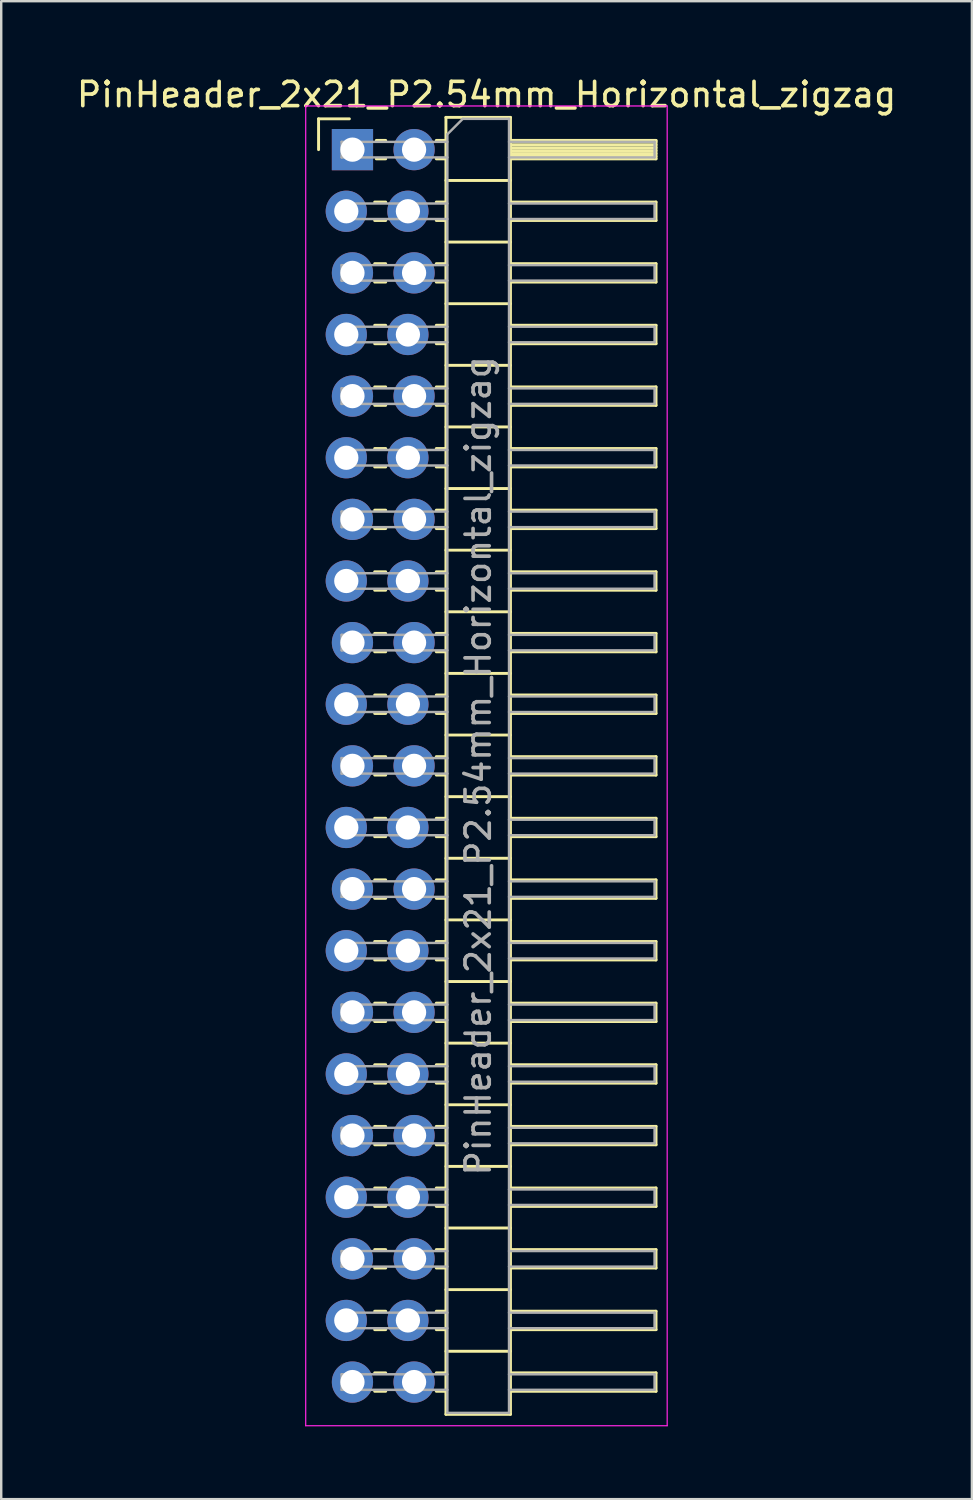
<source format=kicad_pcb>
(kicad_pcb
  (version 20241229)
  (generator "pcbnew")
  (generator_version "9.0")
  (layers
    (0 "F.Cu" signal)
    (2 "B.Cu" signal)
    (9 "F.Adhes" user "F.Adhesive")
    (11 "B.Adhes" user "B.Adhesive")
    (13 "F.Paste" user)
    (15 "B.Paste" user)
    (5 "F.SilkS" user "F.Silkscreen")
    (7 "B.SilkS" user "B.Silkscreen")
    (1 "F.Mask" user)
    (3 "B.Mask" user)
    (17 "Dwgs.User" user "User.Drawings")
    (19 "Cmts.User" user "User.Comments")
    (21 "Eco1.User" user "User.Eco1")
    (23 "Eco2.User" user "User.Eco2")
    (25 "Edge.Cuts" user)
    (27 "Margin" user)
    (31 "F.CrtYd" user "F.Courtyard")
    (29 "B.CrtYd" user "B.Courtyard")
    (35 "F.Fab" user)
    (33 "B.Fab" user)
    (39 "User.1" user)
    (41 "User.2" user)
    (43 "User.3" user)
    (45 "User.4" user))
  (footprint "PinHeader_2x21_P2.54mm_Horizontal_zigzag"
    (layer "F.Cu")
    (at 11.351 3.118)
    (property "Reference" "PinHeader_2x21_P2.54mm_Horizontal_zigzag" (at 5.655 -2.27 0) (layer "F.SilkS") (effects (font (size 1 1) (thickness 0.15))))
    (attr through_hole)
    (fp_line (start -1.27 -1.27) (end 0 -1.27) (stroke (width 0.12) (type solid)) (layer "F.SilkS"))
    (fp_line (start -1.27 0) (end -1.27 -1.27) (stroke (width 0.12) (type solid)) (layer "F.SilkS"))
    (fp_line (start 1.043 2.16) (end 1.497 2.16) (stroke (width 0.12) (type solid)) (layer "F.SilkS"))
    (fp_line (start 1.043 2.92) (end 1.497 2.92) (stroke (width 0.12) (type solid)) (layer "F.SilkS"))
    (fp_line (start 1.043 4.7) (end 1.497 4.7) (stroke (width 0.12) (type solid)) (layer "F.SilkS"))
    (fp_line (start 1.043 5.46) (end 1.497 5.46) (stroke (width 0.12) (type solid)) (layer "F.SilkS"))
    (fp_line (start 1.043 7.24) (end 1.497 7.24) (stroke (width 0.12) (type solid)) (layer "F.SilkS"))
    (fp_line (start 1.043 8) (end 1.497 8) (stroke (width 0.12) (type solid)) (layer "F.SilkS"))
    (fp_line (start 1.043 9.78) (end 1.497 9.78) (stroke (width 0.12) (type solid)) (layer "F.SilkS"))
    (fp_line (start 1.043 10.54) (end 1.497 10.54) (stroke (width 0.12) (type solid)) (layer "F.SilkS"))
    (fp_line (start 1.043 12.32) (end 1.497 12.32) (stroke (width 0.12) (type solid)) (layer "F.SilkS"))
    (fp_line (start 1.043 13.08) (end 1.497 13.08) (stroke (width 0.12) (type solid)) (layer "F.SilkS"))
    (fp_line (start 1.043 14.86) (end 1.497 14.86) (stroke (width 0.12) (type solid)) (layer "F.SilkS"))
    (fp_line (start 1.043 15.62) (end 1.497 15.62) (stroke (width 0.12) (type solid)) (layer "F.SilkS"))
    (fp_line (start 1.043 17.4) (end 1.497 17.4) (stroke (width 0.12) (type solid)) (layer "F.SilkS"))
    (fp_line (start 1.043 18.16) (end 1.497 18.16) (stroke (width 0.12) (type solid)) (layer "F.SilkS"))
    (fp_line (start 1.043 19.94) (end 1.497 19.94) (stroke (width 0.12) (type solid)) (layer "F.SilkS"))
    (fp_line (start 1.043 20.7) (end 1.497 20.7) (stroke (width 0.12) (type solid)) (layer "F.SilkS"))
    (fp_line (start 1.043 22.48) (end 1.497 22.48) (stroke (width 0.12) (type solid)) (layer "F.SilkS"))
    (fp_line (start 1.043 23.24) (end 1.497 23.24) (stroke (width 0.12) (type solid)) (layer "F.SilkS"))
    (fp_line (start 1.043 25.02) (end 1.497 25.02) (stroke (width 0.12) (type solid)) (layer "F.SilkS"))
    (fp_line (start 1.043 25.78) (end 1.497 25.78) (stroke (width 0.12) (type solid)) (layer "F.SilkS"))
    (fp_line (start 1.043 27.56) (end 1.497 27.56) (stroke (width 0.12) (type solid)) (layer "F.SilkS"))
    (fp_line (start 1.043 28.32) (end 1.497 28.32) (stroke (width 0.12) (type solid)) (layer "F.SilkS"))
    (fp_line (start 1.043 30.1) (end 1.497 30.1) (stroke (width 0.12) (type solid)) (layer "F.SilkS"))
    (fp_line (start 1.043 30.86) (end 1.497 30.86) (stroke (width 0.12) (type solid)) (layer "F.SilkS"))
    (fp_line (start 1.043 32.64) (end 1.497 32.64) (stroke (width 0.12) (type solid)) (layer "F.SilkS"))
    (fp_line (start 1.043 33.4) (end 1.497 33.4) (stroke (width 0.12) (type solid)) (layer "F.SilkS"))
    (fp_line (start 1.043 35.18) (end 1.497 35.18) (stroke (width 0.12) (type solid)) (layer "F.SilkS"))
    (fp_line (start 1.043 35.94) (end 1.497 35.94) (stroke (width 0.12) (type solid)) (layer "F.SilkS"))
    (fp_line (start 1.043 37.72) (end 1.497 37.72) (stroke (width 0.12) (type solid)) (layer "F.SilkS"))
    (fp_line (start 1.043 38.48) (end 1.497 38.48) (stroke (width 0.12) (type solid)) (layer "F.SilkS"))
    (fp_line (start 1.043 40.26) (end 1.497 40.26) (stroke (width 0.12) (type solid)) (layer "F.SilkS"))
    (fp_line (start 1.043 41.02) (end 1.497 41.02) (stroke (width 0.12) (type solid)) (layer "F.SilkS"))
    (fp_line (start 1.043 42.8) (end 1.497 42.8) (stroke (width 0.12) (type solid)) (layer "F.SilkS"))
    (fp_line (start 1.043 43.56) (end 1.497 43.56) (stroke (width 0.12) (type solid)) (layer "F.SilkS"))
    (fp_line (start 1.043 45.34) (end 1.497 45.34) (stroke (width 0.12) (type solid)) (layer "F.SilkS"))
    (fp_line (start 1.043 46.1) (end 1.497 46.1) (stroke (width 0.12) (type solid)) (layer "F.SilkS"))
    (fp_line (start 1.043 47.88) (end 1.497 47.88) (stroke (width 0.12) (type solid)) (layer "F.SilkS"))
    (fp_line (start 1.043 48.64) (end 1.497 48.64) (stroke (width 0.12) (type solid)) (layer "F.SilkS"))
    (fp_line (start 1.043 50.42) (end 1.497 50.42) (stroke (width 0.12) (type solid)) (layer "F.SilkS"))
    (fp_line (start 1.043 51.18) (end 1.497 51.18) (stroke (width 0.12) (type solid)) (layer "F.SilkS"))
    (fp_line (start 1.11 -0.38) (end 1.497 -0.38) (stroke (width 0.12) (type solid)) (layer "F.SilkS"))
    (fp_line (start 1.11 0.38) (end 1.497 0.38) (stroke (width 0.12) (type solid)) (layer "F.SilkS"))
    (fp_line (start 3.583 -0.38) (end 3.98 -0.38) (stroke (width 0.12) (type solid)) (layer "F.SilkS"))
    (fp_line (start 3.583 0.38) (end 3.98 0.38) (stroke (width 0.12) (type solid)) (layer "F.SilkS"))
    (fp_line (start 3.583 2.16) (end 3.98 2.16) (stroke (width 0.12) (type solid)) (layer "F.SilkS"))
    (fp_line (start 3.583 2.92) (end 3.98 2.92) (stroke (width 0.12) (type solid)) (layer "F.SilkS"))
    (fp_line (start 3.583 4.7) (end 3.98 4.7) (stroke (width 0.12) (type solid)) (layer "F.SilkS"))
    (fp_line (start 3.583 5.46) (end 3.98 5.46) (stroke (width 0.12) (type solid)) (layer "F.SilkS"))
    (fp_line (start 3.583 7.24) (end 3.98 7.24) (stroke (width 0.12) (type solid)) (layer "F.SilkS"))
    (fp_line (start 3.583 8) (end 3.98 8) (stroke (width 0.12) (type solid)) (layer "F.SilkS"))
    (fp_line (start 3.583 9.78) (end 3.98 9.78) (stroke (width 0.12) (type solid)) (layer "F.SilkS"))
    (fp_line (start 3.583 10.54) (end 3.98 10.54) (stroke (width 0.12) (type solid)) (layer "F.SilkS"))
    (fp_line (start 3.583 12.32) (end 3.98 12.32) (stroke (width 0.12) (type solid)) (layer "F.SilkS"))
    (fp_line (start 3.583 13.08) (end 3.98 13.08) (stroke (width 0.12) (type solid)) (layer "F.SilkS"))
    (fp_line (start 3.583 14.86) (end 3.98 14.86) (stroke (width 0.12) (type solid)) (layer "F.SilkS"))
    (fp_line (start 3.583 15.62) (end 3.98 15.62) (stroke (width 0.12) (type solid)) (layer "F.SilkS"))
    (fp_line (start 3.583 17.4) (end 3.98 17.4) (stroke (width 0.12) (type solid)) (layer "F.SilkS"))
    (fp_line (start 3.583 18.16) (end 3.98 18.16) (stroke (width 0.12) (type solid)) (layer "F.SilkS"))
    (fp_line (start 3.583 19.94) (end 3.98 19.94) (stroke (width 0.12) (type solid)) (layer "F.SilkS"))
    (fp_line (start 3.583 20.7) (end 3.98 20.7) (stroke (width 0.12) (type solid)) (layer "F.SilkS"))
    (fp_line (start 3.583 22.48) (end 3.98 22.48) (stroke (width 0.12) (type solid)) (layer "F.SilkS"))
    (fp_line (start 3.583 23.24) (end 3.98 23.24) (stroke (width 0.12) (type solid)) (layer "F.SilkS"))
    (fp_line (start 3.583 25.02) (end 3.98 25.02) (stroke (width 0.12) (type solid)) (layer "F.SilkS"))
    (fp_line (start 3.583 25.78) (end 3.98 25.78) (stroke (width 0.12) (type solid)) (layer "F.SilkS"))
    (fp_line (start 3.583 27.56) (end 3.98 27.56) (stroke (width 0.12) (type solid)) (layer "F.SilkS"))
    (fp_line (start 3.583 28.32) (end 3.98 28.32) (stroke (width 0.12) (type solid)) (layer "F.SilkS"))
    (fp_line (start 3.583 30.1) (end 3.98 30.1) (stroke (width 0.12) (type solid)) (layer "F.SilkS"))
    (fp_line (start 3.583 30.86) (end 3.98 30.86) (stroke (width 0.12) (type solid)) (layer "F.SilkS"))
    (fp_line (start 3.583 32.64) (end 3.98 32.64) (stroke (width 0.12) (type solid)) (layer "F.SilkS"))
    (fp_line (start 3.583 33.4) (end 3.98 33.4) (stroke (width 0.12) (type solid)) (layer "F.SilkS"))
    (fp_line (start 3.583 35.18) (end 3.98 35.18) (stroke (width 0.12) (type solid)) (layer "F.SilkS"))
    (fp_line (start 3.583 35.94) (end 3.98 35.94) (stroke (width 0.12) (type solid)) (layer "F.SilkS"))
    (fp_line (start 3.583 37.72) (end 3.98 37.72) (stroke (width 0.12) (type solid)) (layer "F.SilkS"))
    (fp_line (start 3.583 38.48) (end 3.98 38.48) (stroke (width 0.12) (type solid)) (layer "F.SilkS"))
    (fp_line (start 3.583 40.26) (end 3.98 40.26) (stroke (width 0.12) (type solid)) (layer "F.SilkS"))
    (fp_line (start 3.583 41.02) (end 3.98 41.02) (stroke (width 0.12) (type solid)) (layer "F.SilkS"))
    (fp_line (start 3.583 42.8) (end 3.98 42.8) (stroke (width 0.12) (type solid)) (layer "F.SilkS"))
    (fp_line (start 3.583 43.56) (end 3.98 43.56) (stroke (width 0.12) (type solid)) (layer "F.SilkS"))
    (fp_line (start 3.583 45.34) (end 3.98 45.34) (stroke (width 0.12) (type solid)) (layer "F.SilkS"))
    (fp_line (start 3.583 46.1) (end 3.98 46.1) (stroke (width 0.12) (type solid)) (layer "F.SilkS"))
    (fp_line (start 3.583 47.88) (end 3.98 47.88) (stroke (width 0.12) (type solid)) (layer "F.SilkS"))
    (fp_line (start 3.583 48.64) (end 3.98 48.64) (stroke (width 0.12) (type solid)) (layer "F.SilkS"))
    (fp_line (start 3.583 50.42) (end 3.98 50.42) (stroke (width 0.12) (type solid)) (layer "F.SilkS"))
    (fp_line (start 3.583 51.18) (end 3.98 51.18) (stroke (width 0.12) (type solid)) (layer "F.SilkS"))
    (fp_line (start 3.98 -1.33) (end 3.98 52.13) (stroke (width 0.12) (type solid)) (layer "F.SilkS"))
    (fp_line (start 3.98 1.27) (end 6.64 1.27) (stroke (width 0.12) (type solid)) (layer "F.SilkS"))
    (fp_line (start 3.98 3.81) (end 6.64 3.81) (stroke (width 0.12) (type solid)) (layer "F.SilkS"))
    (fp_line (start 3.98 6.35) (end 6.64 6.35) (stroke (width 0.12) (type solid)) (layer "F.SilkS"))
    (fp_line (start 3.98 8.89) (end 6.64 8.89) (stroke (width 0.12) (type solid)) (layer "F.SilkS"))
    (fp_line (start 3.98 11.43) (end 6.64 11.43) (stroke (width 0.12) (type solid)) (layer "F.SilkS"))
    (fp_line (start 3.98 13.97) (end 6.64 13.97) (stroke (width 0.12) (type solid)) (layer "F.SilkS"))
    (fp_line (start 3.98 16.51) (end 6.64 16.51) (stroke (width 0.12) (type solid)) (layer "F.SilkS"))
    (fp_line (start 3.98 19.05) (end 6.64 19.05) (stroke (width 0.12) (type solid)) (layer "F.SilkS"))
    (fp_line (start 3.98 21.59) (end 6.64 21.59) (stroke (width 0.12) (type solid)) (layer "F.SilkS"))
    (fp_line (start 3.98 24.13) (end 6.64 24.13) (stroke (width 0.12) (type solid)) (layer "F.SilkS"))
    (fp_line (start 3.98 26.67) (end 6.64 26.67) (stroke (width 0.12) (type solid)) (layer "F.SilkS"))
    (fp_line (start 3.98 29.21) (end 6.64 29.21) (stroke (width 0.12) (type solid)) (layer "F.SilkS"))
    (fp_line (start 3.98 31.75) (end 6.64 31.75) (stroke (width 0.12) (type solid)) (layer "F.SilkS"))
    (fp_line (start 3.98 34.29) (end 6.64 34.29) (stroke (width 0.12) (type solid)) (layer "F.SilkS"))
    (fp_line (start 3.98 36.83) (end 6.64 36.83) (stroke (width 0.12) (type solid)) (layer "F.SilkS"))
    (fp_line (start 3.98 39.37) (end 6.64 39.37) (stroke (width 0.12) (type solid)) (layer "F.SilkS"))
    (fp_line (start 3.98 41.91) (end 6.64 41.91) (stroke (width 0.12) (type solid)) (layer "F.SilkS"))
    (fp_line (start 3.98 44.45) (end 6.64 44.45) (stroke (width 0.12) (type solid)) (layer "F.SilkS"))
    (fp_line (start 3.98 46.99) (end 6.64 46.99) (stroke (width 0.12) (type solid)) (layer "F.SilkS"))
    (fp_line (start 3.98 49.53) (end 6.64 49.53) (stroke (width 0.12) (type solid)) (layer "F.SilkS"))
    (fp_line (start 3.98 52.13) (end 6.64 52.13) (stroke (width 0.12) (type solid)) (layer "F.SilkS"))
    (fp_line (start 6.64 -1.33) (end 3.98 -1.33) (stroke (width 0.12) (type solid)) (layer "F.SilkS"))
    (fp_line (start 6.64 -0.38) (end 12.64 -0.38) (stroke (width 0.12) (type solid)) (layer "F.SilkS"))
    (fp_line (start 6.64 -0.32) (end 12.64 -0.32) (stroke (width 0.12) (type solid)) (layer "F.SilkS"))
    (fp_line (start 6.64 -0.2) (end 12.64 -0.2) (stroke (width 0.12) (type solid)) (layer "F.SilkS"))
    (fp_line (start 6.64 -0.08) (end 12.64 -0.08) (stroke (width 0.12) (type solid)) (layer "F.SilkS"))
    (fp_line (start 6.64 0.04) (end 12.64 0.04) (stroke (width 0.12) (type solid)) (layer "F.SilkS"))
    (fp_line (start 6.64 0.16) (end 12.64 0.16) (stroke (width 0.12) (type solid)) (layer "F.SilkS"))
    (fp_line (start 6.64 0.28) (end 12.64 0.28) (stroke (width 0.12) (type solid)) (layer "F.SilkS"))
    (fp_line (start 6.64 2.16) (end 12.64 2.16) (stroke (width 0.12) (type solid)) (layer "F.SilkS"))
    (fp_line (start 6.64 4.7) (end 12.64 4.7) (stroke (width 0.12) (type solid)) (layer "F.SilkS"))
    (fp_line (start 6.64 7.24) (end 12.64 7.24) (stroke (width 0.12) (type solid)) (layer "F.SilkS"))
    (fp_line (start 6.64 9.78) (end 12.64 9.78) (stroke (width 0.12) (type solid)) (layer "F.SilkS"))
    (fp_line (start 6.64 12.32) (end 12.64 12.32) (stroke (width 0.12) (type solid)) (layer "F.SilkS"))
    (fp_line (start 6.64 14.86) (end 12.64 14.86) (stroke (width 0.12) (type solid)) (layer "F.SilkS"))
    (fp_line (start 6.64 17.4) (end 12.64 17.4) (stroke (width 0.12) (type solid)) (layer "F.SilkS"))
    (fp_line (start 6.64 19.94) (end 12.64 19.94) (stroke (width 0.12) (type solid)) (layer "F.SilkS"))
    (fp_line (start 6.64 22.48) (end 12.64 22.48) (stroke (width 0.12) (type solid)) (layer "F.SilkS"))
    (fp_line (start 6.64 25.02) (end 12.64 25.02) (stroke (width 0.12) (type solid)) (layer "F.SilkS"))
    (fp_line (start 6.64 27.56) (end 12.64 27.56) (stroke (width 0.12) (type solid)) (layer "F.SilkS"))
    (fp_line (start 6.64 30.1) (end 12.64 30.1) (stroke (width 0.12) (type solid)) (layer "F.SilkS"))
    (fp_line (start 6.64 32.64) (end 12.64 32.64) (stroke (width 0.12) (type solid)) (layer "F.SilkS"))
    (fp_line (start 6.64 35.18) (end 12.64 35.18) (stroke (width 0.12) (type solid)) (layer "F.SilkS"))
    (fp_line (start 6.64 37.72) (end 12.64 37.72) (stroke (width 0.12) (type solid)) (layer "F.SilkS"))
    (fp_line (start 6.64 40.26) (end 12.64 40.26) (stroke (width 0.12) (type solid)) (layer "F.SilkS"))
    (fp_line (start 6.64 42.8) (end 12.64 42.8) (stroke (width 0.12) (type solid)) (layer "F.SilkS"))
    (fp_line (start 6.64 45.34) (end 12.64 45.34) (stroke (width 0.12) (type solid)) (layer "F.SilkS"))
    (fp_line (start 6.64 47.88) (end 12.64 47.88) (stroke (width 0.12) (type solid)) (layer "F.SilkS"))
    (fp_line (start 6.64 50.42) (end 12.64 50.42) (stroke (width 0.12) (type solid)) (layer "F.SilkS"))
    (fp_line (start 6.64 52.13) (end 6.64 -1.33) (stroke (width 0.12) (type solid)) (layer "F.SilkS"))
    (fp_line (start 12.64 -0.38) (end 12.64 0.38) (stroke (width 0.12) (type solid)) (layer "F.SilkS"))
    (fp_line (start 12.64 0.38) (end 6.64 0.38) (stroke (width 0.12) (type solid)) (layer "F.SilkS"))
    (fp_line (start 12.64 2.16) (end 12.64 2.92) (stroke (width 0.12) (type solid)) (layer "F.SilkS"))
    (fp_line (start 12.64 2.92) (end 6.64 2.92) (stroke (width 0.12) (type solid)) (layer "F.SilkS"))
    (fp_line (start 12.64 4.7) (end 12.64 5.46) (stroke (width 0.12) (type solid)) (layer "F.SilkS"))
    (fp_line (start 12.64 5.46) (end 6.64 5.46) (stroke (width 0.12) (type solid)) (layer "F.SilkS"))
    (fp_line (start 12.64 7.24) (end 12.64 8) (stroke (width 0.12) (type solid)) (layer "F.SilkS"))
    (fp_line (start 12.64 8) (end 6.64 8) (stroke (width 0.12) (type solid)) (layer "F.SilkS"))
    (fp_line (start 12.64 9.78) (end 12.64 10.54) (stroke (width 0.12) (type solid)) (layer "F.SilkS"))
    (fp_line (start 12.64 10.54) (end 6.64 10.54) (stroke (width 0.12) (type solid)) (layer "F.SilkS"))
    (fp_line (start 12.64 12.32) (end 12.64 13.08) (stroke (width 0.12) (type solid)) (layer "F.SilkS"))
    (fp_line (start 12.64 13.08) (end 6.64 13.08) (stroke (width 0.12) (type solid)) (layer "F.SilkS"))
    (fp_line (start 12.64 14.86) (end 12.64 15.62) (stroke (width 0.12) (type solid)) (layer "F.SilkS"))
    (fp_line (start 12.64 15.62) (end 6.64 15.62) (stroke (width 0.12) (type solid)) (layer "F.SilkS"))
    (fp_line (start 12.64 17.4) (end 12.64 18.16) (stroke (width 0.12) (type solid)) (layer "F.SilkS"))
    (fp_line (start 12.64 18.16) (end 6.64 18.16) (stroke (width 0.12) (type solid)) (layer "F.SilkS"))
    (fp_line (start 12.64 19.94) (end 12.64 20.7) (stroke (width 0.12) (type solid)) (layer "F.SilkS"))
    (fp_line (start 12.64 20.7) (end 6.64 20.7) (stroke (width 0.12) (type solid)) (layer "F.SilkS"))
    (fp_line (start 12.64 22.48) (end 12.64 23.24) (stroke (width 0.12) (type solid)) (layer "F.SilkS"))
    (fp_line (start 12.64 23.24) (end 6.64 23.24) (stroke (width 0.12) (type solid)) (layer "F.SilkS"))
    (fp_line (start 12.64 25.02) (end 12.64 25.78) (stroke (width 0.12) (type solid)) (layer "F.SilkS"))
    (fp_line (start 12.64 25.78) (end 6.64 25.78) (stroke (width 0.12) (type solid)) (layer "F.SilkS"))
    (fp_line (start 12.64 27.56) (end 12.64 28.32) (stroke (width 0.12) (type solid)) (layer "F.SilkS"))
    (fp_line (start 12.64 28.32) (end 6.64 28.32) (stroke (width 0.12) (type solid)) (layer "F.SilkS"))
    (fp_line (start 12.64 30.1) (end 12.64 30.86) (stroke (width 0.12) (type solid)) (layer "F.SilkS"))
    (fp_line (start 12.64 30.86) (end 6.64 30.86) (stroke (width 0.12) (type solid)) (layer "F.SilkS"))
    (fp_line (start 12.64 32.64) (end 12.64 33.4) (stroke (width 0.12) (type solid)) (layer "F.SilkS"))
    (fp_line (start 12.64 33.4) (end 6.64 33.4) (stroke (width 0.12) (type solid)) (layer "F.SilkS"))
    (fp_line (start 12.64 35.18) (end 12.64 35.94) (stroke (width 0.12) (type solid)) (layer "F.SilkS"))
    (fp_line (start 12.64 35.94) (end 6.64 35.94) (stroke (width 0.12) (type solid)) (layer "F.SilkS"))
    (fp_line (start 12.64 37.72) (end 12.64 38.48) (stroke (width 0.12) (type solid)) (layer "F.SilkS"))
    (fp_line (start 12.64 38.48) (end 6.64 38.48) (stroke (width 0.12) (type solid)) (layer "F.SilkS"))
    (fp_line (start 12.64 40.26) (end 12.64 41.02) (stroke (width 0.12) (type solid)) (layer "F.SilkS"))
    (fp_line (start 12.64 41.02) (end 6.64 41.02) (stroke (width 0.12) (type solid)) (layer "F.SilkS"))
    (fp_line (start 12.64 42.8) (end 12.64 43.56) (stroke (width 0.12) (type solid)) (layer "F.SilkS"))
    (fp_line (start 12.64 43.56) (end 6.64 43.56) (stroke (width 0.12) (type solid)) (layer "F.SilkS"))
    (fp_line (start 12.64 45.34) (end 12.64 46.1) (stroke (width 0.12) (type solid)) (layer "F.SilkS"))
    (fp_line (start 12.64 46.1) (end 6.64 46.1) (stroke (width 0.12) (type solid)) (layer "F.SilkS"))
    (fp_line (start 12.64 47.88) (end 12.64 48.64) (stroke (width 0.12) (type solid)) (layer "F.SilkS"))
    (fp_line (start 12.64 48.64) (end 6.64 48.64) (stroke (width 0.12) (type solid)) (layer "F.SilkS"))
    (fp_line (start 12.64 50.42) (end 12.64 51.18) (stroke (width 0.12) (type solid)) (layer "F.SilkS"))
    (fp_line (start 12.64 51.18) (end 6.64 51.18) (stroke (width 0.12) (type solid)) (layer "F.SilkS"))
    (fp_line (start -1.8 -1.8) (end -1.8 52.6) (stroke (width 0.05) (type solid)) (layer "F.CrtYd"))
    (fp_line (start -1.8 52.6) (end 13.1 52.6) (stroke (width 0.05) (type solid)) (layer "F.CrtYd"))
    (fp_line (start 13.1 -1.8) (end -1.8 -1.8) (stroke (width 0.05) (type solid)) (layer "F.CrtYd"))
    (fp_line (start 13.1 52.6) (end 13.1 -1.8) (stroke (width 0.05) (type solid)) (layer "F.CrtYd"))
    (fp_line (start -0.32 -0.32) (end -0.32 0.32) (stroke (width 0.1) (type solid)) (layer "F.Fab"))
    (fp_line (start -0.32 -0.32) (end 4.04 -0.32) (stroke (width 0.1) (type solid)) (layer "F.Fab"))
    (fp_line (start -0.32 0.32) (end 4.04 0.32) (stroke (width 0.1) (type solid)) (layer "F.Fab"))
    (fp_line (start -0.32 2.22) (end -0.32 2.86) (stroke (width 0.1) (type solid)) (layer "F.Fab"))
    (fp_line (start -0.32 2.22) (end 4.04 2.22) (stroke (width 0.1) (type solid)) (layer "F.Fab"))
    (fp_line (start -0.32 2.86) (end 4.04 2.86) (stroke (width 0.1) (type solid)) (layer "F.Fab"))
    (fp_line (start -0.32 4.76) (end -0.32 5.4) (stroke (width 0.1) (type solid)) (layer "F.Fab"))
    (fp_line (start -0.32 4.76) (end 4.04 4.76) (stroke (width 0.1) (type solid)) (layer "F.Fab"))
    (fp_line (start -0.32 5.4) (end 4.04 5.4) (stroke (width 0.1) (type solid)) (layer "F.Fab"))
    (fp_line (start -0.32 7.3) (end -0.32 7.94) (stroke (width 0.1) (type solid)) (layer "F.Fab"))
    (fp_line (start -0.32 7.3) (end 4.04 7.3) (stroke (width 0.1) (type solid)) (layer "F.Fab"))
    (fp_line (start -0.32 7.94) (end 4.04 7.94) (stroke (width 0.1) (type solid)) (layer "F.Fab"))
    (fp_line (start -0.32 9.84) (end -0.32 10.48) (stroke (width 0.1) (type solid)) (layer "F.Fab"))
    (fp_line (start -0.32 9.84) (end 4.04 9.84) (stroke (width 0.1) (type solid)) (layer "F.Fab"))
    (fp_line (start -0.32 10.48) (end 4.04 10.48) (stroke (width 0.1) (type solid)) (layer "F.Fab"))
    (fp_line (start -0.32 12.38) (end -0.32 13.02) (stroke (width 0.1) (type solid)) (layer "F.Fab"))
    (fp_line (start -0.32 12.38) (end 4.04 12.38) (stroke (width 0.1) (type solid)) (layer "F.Fab"))
    (fp_line (start -0.32 13.02) (end 4.04 13.02) (stroke (width 0.1) (type solid)) (layer "F.Fab"))
    (fp_line (start -0.32 14.92) (end -0.32 15.56) (stroke (width 0.1) (type solid)) (layer "F.Fab"))
    (fp_line (start -0.32 14.92) (end 4.04 14.92) (stroke (width 0.1) (type solid)) (layer "F.Fab"))
    (fp_line (start -0.32 15.56) (end 4.04 15.56) (stroke (width 0.1) (type solid)) (layer "F.Fab"))
    (fp_line (start -0.32 17.46) (end -0.32 18.1) (stroke (width 0.1) (type solid)) (layer "F.Fab"))
    (fp_line (start -0.32 17.46) (end 4.04 17.46) (stroke (width 0.1) (type solid)) (layer "F.Fab"))
    (fp_line (start -0.32 18.1) (end 4.04 18.1) (stroke (width 0.1) (type solid)) (layer "F.Fab"))
    (fp_line (start -0.32 20) (end -0.32 20.64) (stroke (width 0.1) (type solid)) (layer "F.Fab"))
    (fp_line (start -0.32 20) (end 4.04 20) (stroke (width 0.1) (type solid)) (layer "F.Fab"))
    (fp_line (start -0.32 20.64) (end 4.04 20.64) (stroke (width 0.1) (type solid)) (layer "F.Fab"))
    (fp_line (start -0.32 22.54) (end -0.32 23.18) (stroke (width 0.1) (type solid)) (layer "F.Fab"))
    (fp_line (start -0.32 22.54) (end 4.04 22.54) (stroke (width 0.1) (type solid)) (layer "F.Fab"))
    (fp_line (start -0.32 23.18) (end 4.04 23.18) (stroke (width 0.1) (type solid)) (layer "F.Fab"))
    (fp_line (start -0.32 25.08) (end -0.32 25.72) (stroke (width 0.1) (type solid)) (layer "F.Fab"))
    (fp_line (start -0.32 25.08) (end 4.04 25.08) (stroke (width 0.1) (type solid)) (layer "F.Fab"))
    (fp_line (start -0.32 25.72) (end 4.04 25.72) (stroke (width 0.1) (type solid)) (layer "F.Fab"))
    (fp_line (start -0.32 27.62) (end -0.32 28.26) (stroke (width 0.1) (type solid)) (layer "F.Fab"))
    (fp_line (start -0.32 27.62) (end 4.04 27.62) (stroke (width 0.1) (type solid)) (layer "F.Fab"))
    (fp_line (start -0.32 28.26) (end 4.04 28.26) (stroke (width 0.1) (type solid)) (layer "F.Fab"))
    (fp_line (start -0.32 30.16) (end -0.32 30.8) (stroke (width 0.1) (type solid)) (layer "F.Fab"))
    (fp_line (start -0.32 30.16) (end 4.04 30.16) (stroke (width 0.1) (type solid)) (layer "F.Fab"))
    (fp_line (start -0.32 30.8) (end 4.04 30.8) (stroke (width 0.1) (type solid)) (layer "F.Fab"))
    (fp_line (start -0.32 32.7) (end -0.32 33.34) (stroke (width 0.1) (type solid)) (layer "F.Fab"))
    (fp_line (start -0.32 32.7) (end 4.04 32.7) (stroke (width 0.1) (type solid)) (layer "F.Fab"))
    (fp_line (start -0.32 33.34) (end 4.04 33.34) (stroke (width 0.1) (type solid)) (layer "F.Fab"))
    (fp_line (start -0.32 35.24) (end -0.32 35.88) (stroke (width 0.1) (type solid)) (layer "F.Fab"))
    (fp_line (start -0.32 35.24) (end 4.04 35.24) (stroke (width 0.1) (type solid)) (layer "F.Fab"))
    (fp_line (start -0.32 35.88) (end 4.04 35.88) (stroke (width 0.1) (type solid)) (layer "F.Fab"))
    (fp_line (start -0.32 37.78) (end -0.32 38.42) (stroke (width 0.1) (type solid)) (layer "F.Fab"))
    (fp_line (start -0.32 37.78) (end 4.04 37.78) (stroke (width 0.1) (type solid)) (layer "F.Fab"))
    (fp_line (start -0.32 38.42) (end 4.04 38.42) (stroke (width 0.1) (type solid)) (layer "F.Fab"))
    (fp_line (start -0.32 40.32) (end -0.32 40.96) (stroke (width 0.1) (type solid)) (layer "F.Fab"))
    (fp_line (start -0.32 40.32) (end 4.04 40.32) (stroke (width 0.1) (type solid)) (layer "F.Fab"))
    (fp_line (start -0.32 40.96) (end 4.04 40.96) (stroke (width 0.1) (type solid)) (layer "F.Fab"))
    (fp_line (start -0.32 42.86) (end -0.32 43.5) (stroke (width 0.1) (type solid)) (layer "F.Fab"))
    (fp_line (start -0.32 42.86) (end 4.04 42.86) (stroke (width 0.1) (type solid)) (layer "F.Fab"))
    (fp_line (start -0.32 43.5) (end 4.04 43.5) (stroke (width 0.1) (type solid)) (layer "F.Fab"))
    (fp_line (start -0.32 45.4) (end -0.32 46.04) (stroke (width 0.1) (type solid)) (layer "F.Fab"))
    (fp_line (start -0.32 45.4) (end 4.04 45.4) (stroke (width 0.1) (type solid)) (layer "F.Fab"))
    (fp_line (start -0.32 46.04) (end 4.04 46.04) (stroke (width 0.1) (type solid)) (layer "F.Fab"))
    (fp_line (start -0.32 47.94) (end -0.32 48.58) (stroke (width 0.1) (type solid)) (layer "F.Fab"))
    (fp_line (start -0.32 47.94) (end 4.04 47.94) (stroke (width 0.1) (type solid)) (layer "F.Fab"))
    (fp_line (start -0.32 48.58) (end 4.04 48.58) (stroke (width 0.1) (type solid)) (layer "F.Fab"))
    (fp_line (start -0.32 50.48) (end -0.32 51.12) (stroke (width 0.1) (type solid)) (layer "F.Fab"))
    (fp_line (start -0.32 50.48) (end 4.04 50.48) (stroke (width 0.1) (type solid)) (layer "F.Fab"))
    (fp_line (start -0.32 51.12) (end 4.04 51.12) (stroke (width 0.1) (type solid)) (layer "F.Fab"))
    (fp_line (start 4.04 -0.635) (end 4.675 -1.27) (stroke (width 0.1) (type solid)) (layer "F.Fab"))
    (fp_line (start 4.04 52.07) (end 4.04 -0.635) (stroke (width 0.1) (type solid)) (layer "F.Fab"))
    (fp_line (start 4.675 -1.27) (end 6.58 -1.27) (stroke (width 0.1) (type solid)) (layer "F.Fab"))
    (fp_line (start 6.58 -1.27) (end 6.58 52.07) (stroke (width 0.1) (type solid)) (layer "F.Fab"))
    (fp_line (start 6.58 -0.32) (end 12.58 -0.32) (stroke (width 0.1) (type solid)) (layer "F.Fab"))
    (fp_line (start 6.58 0.32) (end 12.58 0.32) (stroke (width 0.1) (type solid)) (layer "F.Fab"))
    (fp_line (start 6.58 2.22) (end 12.58 2.22) (stroke (width 0.1) (type solid)) (layer "F.Fab"))
    (fp_line (start 6.58 2.86) (end 12.58 2.86) (stroke (width 0.1) (type solid)) (layer "F.Fab"))
    (fp_line (start 6.58 4.76) (end 12.58 4.76) (stroke (width 0.1) (type solid)) (layer "F.Fab"))
    (fp_line (start 6.58 5.4) (end 12.58 5.4) (stroke (width 0.1) (type solid)) (layer "F.Fab"))
    (fp_line (start 6.58 7.3) (end 12.58 7.3) (stroke (width 0.1) (type solid)) (layer "F.Fab"))
    (fp_line (start 6.58 7.94) (end 12.58 7.94) (stroke (width 0.1) (type solid)) (layer "F.Fab"))
    (fp_line (start 6.58 9.84) (end 12.58 9.84) (stroke (width 0.1) (type solid)) (layer "F.Fab"))
    (fp_line (start 6.58 10.48) (end 12.58 10.48) (stroke (width 0.1) (type solid)) (layer "F.Fab"))
    (fp_line (start 6.58 12.38) (end 12.58 12.38) (stroke (width 0.1) (type solid)) (layer "F.Fab"))
    (fp_line (start 6.58 13.02) (end 12.58 13.02) (stroke (width 0.1) (type solid)) (layer "F.Fab"))
    (fp_line (start 6.58 14.92) (end 12.58 14.92) (stroke (width 0.1) (type solid)) (layer "F.Fab"))
    (fp_line (start 6.58 15.56) (end 12.58 15.56) (stroke (width 0.1) (type solid)) (layer "F.Fab"))
    (fp_line (start 6.58 17.46) (end 12.58 17.46) (stroke (width 0.1) (type solid)) (layer "F.Fab"))
    (fp_line (start 6.58 18.1) (end 12.58 18.1) (stroke (width 0.1) (type solid)) (layer "F.Fab"))
    (fp_line (start 6.58 20) (end 12.58 20) (stroke (width 0.1) (type solid)) (layer "F.Fab"))
    (fp_line (start 6.58 20.64) (end 12.58 20.64) (stroke (width 0.1) (type solid)) (layer "F.Fab"))
    (fp_line (start 6.58 22.54) (end 12.58 22.54) (stroke (width 0.1) (type solid)) (layer "F.Fab"))
    (fp_line (start 6.58 23.18) (end 12.58 23.18) (stroke (width 0.1) (type solid)) (layer "F.Fab"))
    (fp_line (start 6.58 25.08) (end 12.58 25.08) (stroke (width 0.1) (type solid)) (layer "F.Fab"))
    (fp_line (start 6.58 25.72) (end 12.58 25.72) (stroke (width 0.1) (type solid)) (layer "F.Fab"))
    (fp_line (start 6.58 27.62) (end 12.58 27.62) (stroke (width 0.1) (type solid)) (layer "F.Fab"))
    (fp_line (start 6.58 28.26) (end 12.58 28.26) (stroke (width 0.1) (type solid)) (layer "F.Fab"))
    (fp_line (start 6.58 30.16) (end 12.58 30.16) (stroke (width 0.1) (type solid)) (layer "F.Fab"))
    (fp_line (start 6.58 30.8) (end 12.58 30.8) (stroke (width 0.1) (type solid)) (layer "F.Fab"))
    (fp_line (start 6.58 32.7) (end 12.58 32.7) (stroke (width 0.1) (type solid)) (layer "F.Fab"))
    (fp_line (start 6.58 33.34) (end 12.58 33.34) (stroke (width 0.1) (type solid)) (layer "F.Fab"))
    (fp_line (start 6.58 35.24) (end 12.58 35.24) (stroke (width 0.1) (type solid)) (layer "F.Fab"))
    (fp_line (start 6.58 35.88) (end 12.58 35.88) (stroke (width 0.1) (type solid)) (layer "F.Fab"))
    (fp_line (start 6.58 37.78) (end 12.58 37.78) (stroke (width 0.1) (type solid)) (layer "F.Fab"))
    (fp_line (start 6.58 38.42) (end 12.58 38.42) (stroke (width 0.1) (type solid)) (layer "F.Fab"))
    (fp_line (start 6.58 40.32) (end 12.58 40.32) (stroke (width 0.1) (type solid)) (layer "F.Fab"))
    (fp_line (start 6.58 40.96) (end 12.58 40.96) (stroke (width 0.1) (type solid)) (layer "F.Fab"))
    (fp_line (start 6.58 42.86) (end 12.58 42.86) (stroke (width 0.1) (type solid)) (layer "F.Fab"))
    (fp_line (start 6.58 43.5) (end 12.58 43.5) (stroke (width 0.1) (type solid)) (layer "F.Fab"))
    (fp_line (start 6.58 45.4) (end 12.58 45.4) (stroke (width 0.1) (type solid)) (layer "F.Fab"))
    (fp_line (start 6.58 46.04) (end 12.58 46.04) (stroke (width 0.1) (type solid)) (layer "F.Fab"))
    (fp_line (start 6.58 47.94) (end 12.58 47.94) (stroke (width 0.1) (type solid)) (layer "F.Fab"))
    (fp_line (start 6.58 48.58) (end 12.58 48.58) (stroke (width 0.1) (type solid)) (layer "F.Fab"))
    (fp_line (start 6.58 50.48) (end 12.58 50.48) (stroke (width 0.1) (type solid)) (layer "F.Fab"))
    (fp_line (start 6.58 51.12) (end 12.58 51.12) (stroke (width 0.1) (type solid)) (layer "F.Fab"))
    (fp_line (start 6.58 52.07) (end 4.04 52.07) (stroke (width 0.1) (type solid)) (layer "F.Fab"))
    (fp_line (start 12.58 -0.32) (end 12.58 0.32) (stroke (width 0.1) (type solid)) (layer "F.Fab"))
    (fp_line (start 12.58 2.22) (end 12.58 2.86) (stroke (width 0.1) (type solid)) (layer "F.Fab"))
    (fp_line (start 12.58 4.76) (end 12.58 5.4) (stroke (width 0.1) (type solid)) (layer "F.Fab"))
    (fp_line (start 12.58 7.3) (end 12.58 7.94) (stroke (width 0.1) (type solid)) (layer "F.Fab"))
    (fp_line (start 12.58 9.84) (end 12.58 10.48) (stroke (width 0.1) (type solid)) (layer "F.Fab"))
    (fp_line (start 12.58 12.38) (end 12.58 13.02) (stroke (width 0.1) (type solid)) (layer "F.Fab"))
    (fp_line (start 12.58 14.92) (end 12.58 15.56) (stroke (width 0.1) (type solid)) (layer "F.Fab"))
    (fp_line (start 12.58 17.46) (end 12.58 18.1) (stroke (width 0.1) (type solid)) (layer "F.Fab"))
    (fp_line (start 12.58 20) (end 12.58 20.64) (stroke (width 0.1) (type solid)) (layer "F.Fab"))
    (fp_line (start 12.58 22.54) (end 12.58 23.18) (stroke (width 0.1) (type solid)) (layer "F.Fab"))
    (fp_line (start 12.58 25.08) (end 12.58 25.72) (stroke (width 0.1) (type solid)) (layer "F.Fab"))
    (fp_line (start 12.58 27.62) (end 12.58 28.26) (stroke (width 0.1) (type solid)) (layer "F.Fab"))
    (fp_line (start 12.58 30.16) (end 12.58 30.8) (stroke (width 0.1) (type solid)) (layer "F.Fab"))
    (fp_line (start 12.58 32.7) (end 12.58 33.34) (stroke (width 0.1) (type solid)) (layer "F.Fab"))
    (fp_line (start 12.58 35.24) (end 12.58 35.88) (stroke (width 0.1) (type solid)) (layer "F.Fab"))
    (fp_line (start 12.58 37.78) (end 12.58 38.42) (stroke (width 0.1) (type solid)) (layer "F.Fab"))
    (fp_line (start 12.58 40.32) (end 12.58 40.96) (stroke (width 0.1) (type solid)) (layer "F.Fab"))
    (fp_line (start 12.58 42.86) (end 12.58 43.5) (stroke (width 0.1) (type solid)) (layer "F.Fab"))
    (fp_line (start 12.58 45.4) (end 12.58 46.04) (stroke (width 0.1) (type solid)) (layer "F.Fab"))
    (fp_line (start 12.58 47.94) (end 12.58 48.58) (stroke (width 0.1) (type solid)) (layer "F.Fab"))
    (fp_line (start 12.58 50.48) (end 12.58 51.12) (stroke (width 0.1) (type solid)) (layer "F.Fab"))
    (fp_text user "${REFERENCE}" (at 5.31 25.4 90) (layer "F.Fab") (effects (font (size 1 1) (thickness 0.15))))
    (pad "1" thru_hole rect (at 0.127 0) (size 1.7 1.7) (drill 1) (layers "*.Cu" "*.Mask"))
    (pad "2" thru_hole oval (at 2.667 0) (size 1.7 1.7) (drill 1) (layers "*.Cu" "*.Mask"))
    (pad "3" thru_hole oval (at -0.127 2.54) (size 1.7 1.7) (drill 1) (layers "*.Cu" "*.Mask"))
    (pad "4" thru_hole oval (at 2.413 2.54) (size 1.7 1.7) (drill 1) (layers "*.Cu" "*.Mask"))
    (pad "5" thru_hole oval (at 0.127 5.08) (size 1.7 1.7) (drill 1) (layers "*.Cu" "*.Mask"))
    (pad "6" thru_hole oval (at 2.667 5.08) (size 1.7 1.7) (drill 1) (layers "*.Cu" "*.Mask"))
    (pad "7" thru_hole oval (at -0.127 7.62) (size 1.7 1.7) (drill 1) (layers "*.Cu" "*.Mask"))
    (pad "8" thru_hole oval (at 2.413 7.62) (size 1.7 1.7) (drill 1) (layers "*.Cu" "*.Mask"))
    (pad "9" thru_hole oval (at 0.127 10.16) (size 1.7 1.7) (drill 1) (layers "*.Cu" "*.Mask"))
    (pad "10" thru_hole oval (at 2.667 10.16) (size 1.7 1.7) (drill 1) (layers "*.Cu" "*.Mask"))
    (pad "11" thru_hole oval (at -0.127 12.7) (size 1.7 1.7) (drill 1) (layers "*.Cu" "*.Mask"))
    (pad "12" thru_hole oval (at 2.413 12.7) (size 1.7 1.7) (drill 1) (layers "*.Cu" "*.Mask"))
    (pad "13" thru_hole oval (at 0.127 15.24) (size 1.7 1.7) (drill 1) (layers "*.Cu" "*.Mask"))
    (pad "14" thru_hole oval (at 2.667 15.24) (size 1.7 1.7) (drill 1) (layers "*.Cu" "*.Mask"))
    (pad "15" thru_hole oval (at -0.127 17.78) (size 1.7 1.7) (drill 1) (layers "*.Cu" "*.Mask"))
    (pad "16" thru_hole oval (at 2.413 17.78) (size 1.7 1.7) (drill 1) (layers "*.Cu" "*.Mask"))
    (pad "17" thru_hole oval (at 0.127 20.32) (size 1.7 1.7) (drill 1) (layers "*.Cu" "*.Mask"))
    (pad "18" thru_hole oval (at 2.667 20.32) (size 1.7 1.7) (drill 1) (layers "*.Cu" "*.Mask"))
    (pad "19" thru_hole oval (at -0.127 22.86) (size 1.7 1.7) (drill 1) (layers "*.Cu" "*.Mask"))
    (pad "20" thru_hole oval (at 2.413 22.86) (size 1.7 1.7) (drill 1) (layers "*.Cu" "*.Mask"))
    (pad "21" thru_hole oval (at 0.127 25.4) (size 1.7 1.7) (drill 1) (layers "*.Cu" "*.Mask"))
    (pad "22" thru_hole oval (at 2.667 25.4) (size 1.7 1.7) (drill 1) (layers "*.Cu" "*.Mask"))
    (pad "23" thru_hole oval (at -0.127 27.94) (size 1.7 1.7) (drill 1) (layers "*.Cu" "*.Mask"))
    (pad "24" thru_hole oval (at 2.413 27.94) (size 1.7 1.7) (drill 1) (layers "*.Cu" "*.Mask"))
    (pad "25" thru_hole oval (at 0.127 30.48) (size 1.7 1.7) (drill 1) (layers "*.Cu" "*.Mask"))
    (pad "26" thru_hole oval (at 2.667 30.48) (size 1.7 1.7) (drill 1) (layers "*.Cu" "*.Mask"))
    (pad "27" thru_hole oval (at -0.127 33.02) (size 1.7 1.7) (drill 1) (layers "*.Cu" "*.Mask"))
    (pad "28" thru_hole oval (at 2.413 33.02) (size 1.7 1.7) (drill 1) (layers "*.Cu" "*.Mask"))
    (pad "29" thru_hole oval (at 0.127 35.56) (size 1.7 1.7) (drill 1) (layers "*.Cu" "*.Mask"))
    (pad "30" thru_hole oval (at 2.667 35.56) (size 1.7 1.7) (drill 1) (layers "*.Cu" "*.Mask"))
    (pad "31" thru_hole oval (at -0.127 38.1) (size 1.7 1.7) (drill 1) (layers "*.Cu" "*.Mask"))
    (pad "32" thru_hole oval (at 2.413 38.1) (size 1.7 1.7) (drill 1) (layers "*.Cu" "*.Mask"))
    (pad "33" thru_hole oval (at 0.127 40.64) (size 1.7 1.7) (drill 1) (layers "*.Cu" "*.Mask"))
    (pad "34" thru_hole oval (at 2.667 40.64) (size 1.7 1.7) (drill 1) (layers "*.Cu" "*.Mask"))
    (pad "35" thru_hole oval (at -0.127 43.18) (size 1.7 1.7) (drill 1) (layers "*.Cu" "*.Mask"))
    (pad "36" thru_hole oval (at 2.413 43.18) (size 1.7 1.7) (drill 1) (layers "*.Cu" "*.Mask"))
    (pad "37" thru_hole oval (at 0.127 45.72) (size 1.7 1.7) (drill 1) (layers "*.Cu" "*.Mask"))
    (pad "38" thru_hole oval (at 2.667 45.72) (size 1.7 1.7) (drill 1) (layers "*.Cu" "*.Mask"))
    (pad "39" thru_hole oval (at -0.127 48.26) (size 1.7 1.7) (drill 1) (layers "*.Cu" "*.Mask"))
    (pad "40" thru_hole oval (at 2.413 48.26) (size 1.7 1.7) (drill 1) (layers "*.Cu" "*.Mask"))
    (pad "41" thru_hole oval (at 0.127 50.8) (size 1.7 1.7) (drill 1) (layers "*.Cu" "*.Mask"))
    (pad "42" thru_hole oval (at 2.667 50.8) (size 1.7 1.7) (drill 1) (layers "*.Cu" "*.Mask")))
  (gr_rect
    (start -3 -3)
    (end 37.012 58.743)
    (stroke (width 0.1) (type default))
    (fill no)
    (layer "Edge.Cuts")))
</source>
